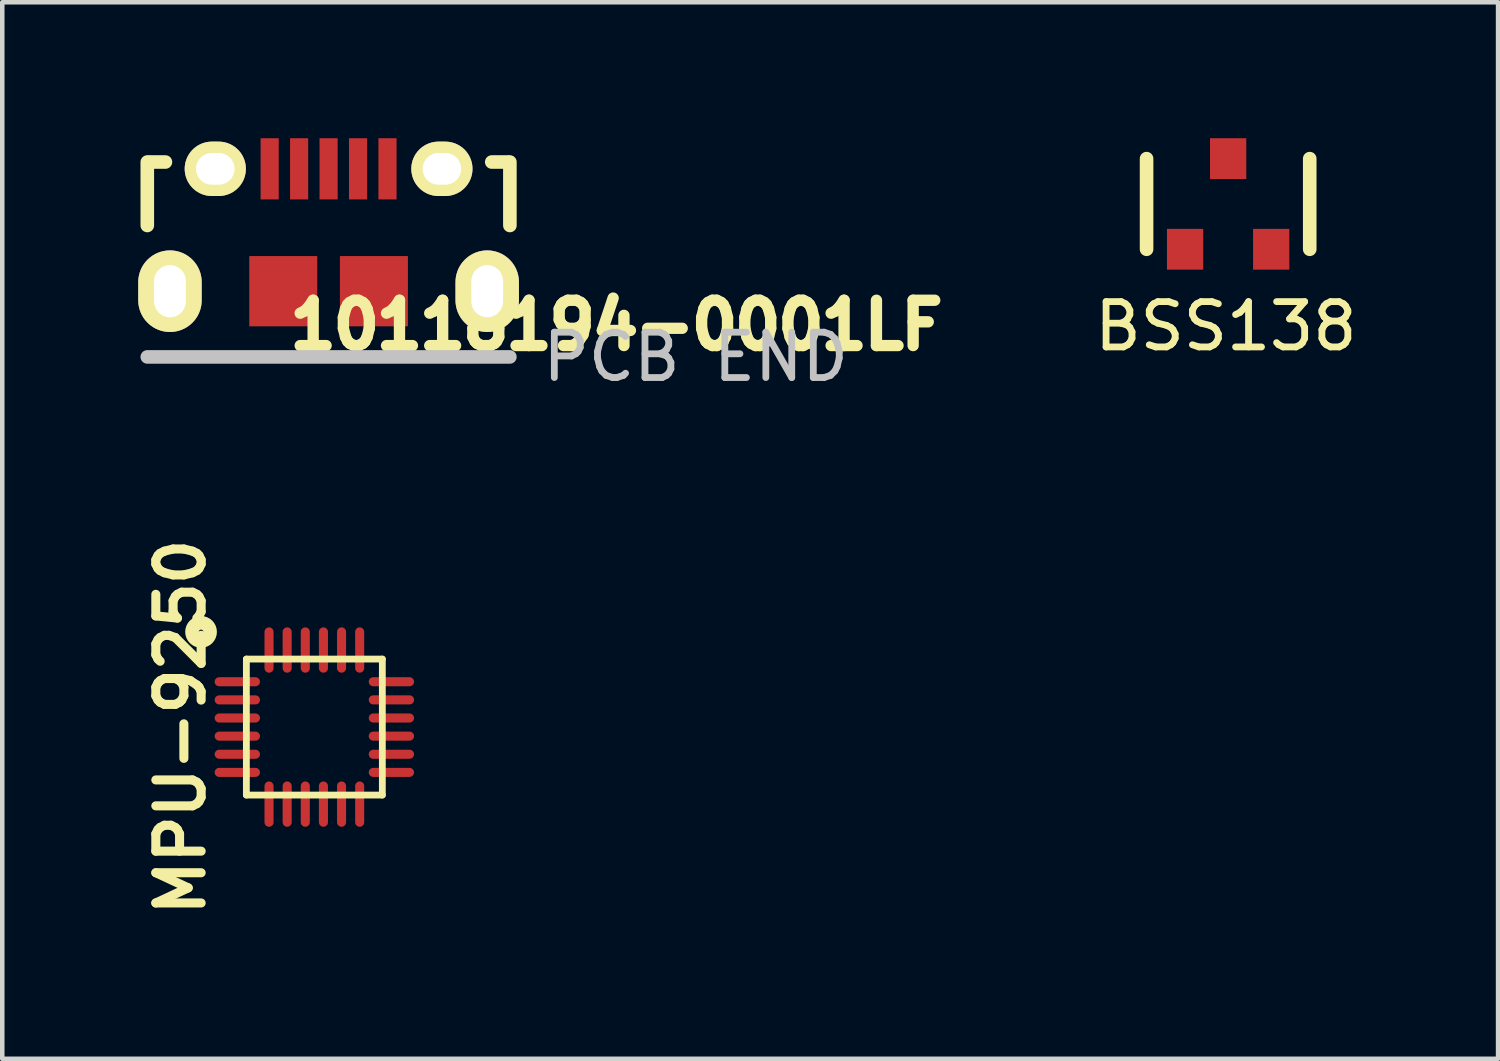
<source format=kicad_pcb>
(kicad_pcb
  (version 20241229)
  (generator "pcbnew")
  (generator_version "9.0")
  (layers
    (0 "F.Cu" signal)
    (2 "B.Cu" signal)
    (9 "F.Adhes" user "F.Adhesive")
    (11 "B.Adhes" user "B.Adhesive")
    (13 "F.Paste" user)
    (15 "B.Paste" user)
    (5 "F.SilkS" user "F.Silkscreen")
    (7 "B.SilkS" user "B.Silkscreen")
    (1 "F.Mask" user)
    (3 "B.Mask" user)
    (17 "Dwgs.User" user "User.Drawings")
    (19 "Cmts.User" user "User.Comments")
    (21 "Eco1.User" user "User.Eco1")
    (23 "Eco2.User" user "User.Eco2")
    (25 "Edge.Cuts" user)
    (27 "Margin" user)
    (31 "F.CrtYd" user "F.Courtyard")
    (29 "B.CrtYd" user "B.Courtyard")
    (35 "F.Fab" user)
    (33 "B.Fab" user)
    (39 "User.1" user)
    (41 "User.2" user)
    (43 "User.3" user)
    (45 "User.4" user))
  (footprint "BSS138"
    (layer "F.Cu")
    (at 24.048 2.45)
    (property "Reference" "BSS138" (at -0.05 1.7 0) (layer "F.SilkS") (effects (font (size 1 1) (thickness 0.15))))
    (attr through_hole)
    (fp_line (start -1.8 -2) (end -1.8 0) (stroke (width 0.3) (type solid)) (layer "F.SilkS"))
    (fp_line (start 1.8 -2) (end 1.8 0) (stroke (width 0.3) (type solid)) (layer "F.SilkS"))
    (pad "1" smd rect (at -0.95 0) (size 0.8 0.9) (layers "F.Cu" "F.Mask" "F.Paste"))
    (pad "2" smd rect (at 0 -2) (size 0.8 0.9) (layers "F.Cu" "F.Mask" "F.Paste"))
    (pad "3" smd rect (at 0.95 0) (size 0.8 0.9) (layers "F.Cu" "F.Mask" "F.Paste")))
  (footprint "10118194-0001LF"
    (layer "F.Cu")
    (at 4.2 4.825)
    (property "Reference" "10118194-0001LF" (at 6.35 -0.7 0) (layer "F.SilkS") (effects (font (size 1 1) (thickness 0.25))))
    (attr through_hole)
    (fp_line (start -4 -2.9) (end -4 -4.3) (stroke (width 0.3) (type solid)) (layer "F.SilkS"))
    (fp_line (start -3.95 -4.3) (end -3.6 -4.3) (stroke (width 0.3) (type solid)) (layer "F.SilkS"))
    (fp_line (start 3.6 -4.3) (end 3.95 -4.3) (stroke (width 0.3) (type solid)) (layer "F.SilkS"))
    (fp_line (start 4 -2.9) (end 4 -4.3) (stroke (width 0.3) (type solid)) (layer "F.SilkS"))
    (fp_line (start -4 0) (end 4 0) (stroke (width 0.3) (type solid)) (layer "Dwgs.User"))
    (fp_text user "PCB END" (at 8.1 0 0) (layer "Dwgs.User") (effects (font (size 1 1) (thickness 0.15))))
    (pad "1" smd rect (at -1.3 -4.15) (size 0.4 1.35) (layers "F.Cu" "F.Mask" "F.Paste"))
    (pad "2" smd rect (at -0.65 -4.15) (size 0.4 1.35) (layers "F.Cu" "F.Mask" "F.Paste"))
    (pad "3" smd rect (at 0 -4.15) (size 0.4 1.35) (layers "F.Cu" "F.Mask" "F.Paste"))
    (pad "4" smd rect (at 0.65 -4.15) (size 0.4 1.35) (layers "F.Cu" "F.Mask" "F.Paste"))
    (pad "5" smd rect (at 1.3 -4.15) (size 0.4 1.35) (layers "F.Cu" "F.Mask" "F.Paste"))
    (pad "6" thru_hole oval (at 2.5 -4.15) (size 1.35 1.2) (drill oval 0.85 0.7) (layers "*.Cu" "*.Mask" "F.SilkS"))
    (pad "7" thru_hole oval (at 3.5 -1.45) (size 1.4 1.8) (drill oval 0.7 1.15) (layers "*.Cu" "*.Mask" "F.SilkS"))
    (pad "8" smd rect (at 1 -1.45) (size 1.5 1.55) (layers "F.Cu" "F.Mask" "F.Paste"))
    (pad "9" smd rect (at -1 -1.45) (size 1.5 1.55) (layers "F.Cu" "F.Mask" "F.Paste"))
    (pad "10" thru_hole oval (at -3.5 -1.45) (size 1.4 1.8) (drill oval 0.7 1.15) (layers "*.Cu" "*.Mask" "F.SilkS"))
    (pad "11" thru_hole oval (at -2.5 -4.15) (size 1.35 1.2) (drill oval 0.85 0.7) (layers "*.Cu" "*.Mask" "F.SilkS")))
  (footprint "MPU-9250"
    (placed yes)
    (layer "F.Cu")
    (at 3.886 12.992)
    (property "Reference" "MPU-9250" (at -2.95 0 90) (layer "F.SilkS") (effects (font (size 1 1) (thickness 0.2))))
    (attr through_hole)
    (fp_line (start -1.5 -1.5) (end -1.5 1.5) (stroke (width 0.15) (type solid)) (layer "F.SilkS"))
    (fp_line (start -1.5 1.5) (end 1.5 1.5) (stroke (width 0.15) (type solid)) (layer "F.SilkS"))
    (fp_line (start 1.5 -1.5) (end -1.5 -1.5) (stroke (width 0.15) (type solid)) (layer "F.SilkS"))
    (fp_line (start 1.5 1.5) (end 1.5 -1.5) (stroke (width 0.15) (type solid)) (layer "F.SilkS"))
    (fp_circle (center -2.5 -2.1) (end -2.5 -1.9) (stroke (width 0.3) (type solid)) (fill no) (layer "F.SilkS"))
    (pad "1" smd oval (at -1.7 -1) (size 1 0.2) (layers "F.Cu" "F.Mask" "F.Paste"))
    (pad "2" smd oval (at -1.7 -0.6) (size 1 0.2) (layers "F.Cu" "F.Mask" "F.Paste"))
    (pad "3" smd oval (at -1.7 -0.2) (size 1 0.2) (layers "F.Cu" "F.Mask" "F.Paste"))
    (pad "4" smd oval (at -1.7 0.2) (size 1 0.2) (layers "F.Cu" "F.Mask" "F.Paste"))
    (pad "5" smd oval (at -1.7 0.6) (size 1 0.2) (layers "F.Cu" "F.Mask" "F.Paste"))
    (pad "6" smd oval (at -1.7 1) (size 1 0.2) (layers "F.Cu" "F.Mask" "F.Paste"))
    (pad "7" smd oval (at -1 1.7) (size 0.2 1) (layers "F.Cu" "F.Mask" "F.Paste"))
    (pad "8" smd oval (at -0.6 1.7) (size 0.2 1) (layers "F.Cu" "F.Mask" "F.Paste"))
    (pad "9" smd oval (at -0.2 1.7) (size 0.2 1) (layers "F.Cu" "F.Mask" "F.Paste"))
    (pad "10" smd oval (at 0.2 1.7) (size 0.2 1) (layers "F.Cu" "F.Mask" "F.Paste"))
    (pad "11" smd oval (at 0.6 1.7) (size 0.2 1) (layers "F.Cu" "F.Mask" "F.Paste"))
    (pad "12" smd oval (at 1 1.7) (size 0.2 1) (layers "F.Cu" "F.Mask" "F.Paste"))
    (pad "13" smd oval (at 1.7 1) (size 1 0.2) (layers "F.Cu" "F.Mask" "F.Paste"))
    (pad "14" smd oval (at 1.7 0.6) (size 1 0.2) (layers "F.Cu" "F.Mask" "F.Paste"))
    (pad "15" smd oval (at 1.7 0.2) (size 1 0.2) (layers "F.Cu" "F.Mask" "F.Paste"))
    (pad "16" smd oval (at 1.7 -0.2) (size 1 0.2) (layers "F.Cu" "F.Mask" "F.Paste"))
    (pad "17" smd oval (at 1.7 -0.6) (size 1 0.2) (layers "F.Cu" "F.Mask" "F.Paste"))
    (pad "18" smd oval (at 1.7 -1) (size 1 0.2) (layers "F.Cu" "F.Mask" "F.Paste"))
    (pad "19" smd oval (at 1 -1.7) (size 0.2 1) (layers "F.Cu" "F.Mask" "F.Paste"))
    (pad "20" smd oval (at 0.6 -1.7) (size 0.2 1) (layers "F.Cu" "F.Mask" "F.Paste"))
    (pad "21" smd oval (at 0.2 -1.7) (size 0.2 1) (layers "F.Cu" "F.Mask" "F.Paste"))
    (pad "22" smd oval (at -0.2 -1.7) (size 0.2 1) (layers "F.Cu" "F.Mask" "F.Paste"))
    (pad "23" smd oval (at -0.6 -1.7) (size 0.2 1) (layers "F.Cu" "F.Mask" "F.Paste"))
    (pad "24" smd oval (at -1 -1.7) (size 0.2 1) (layers "F.Cu" "F.Mask" "F.Paste")))
  (gr_rect
    (start -3 -3)
    (end 30.004 20.311)
    (stroke (width 0.1) (type default))
    (fill no)
    (layer "Edge.Cuts")))
</source>
